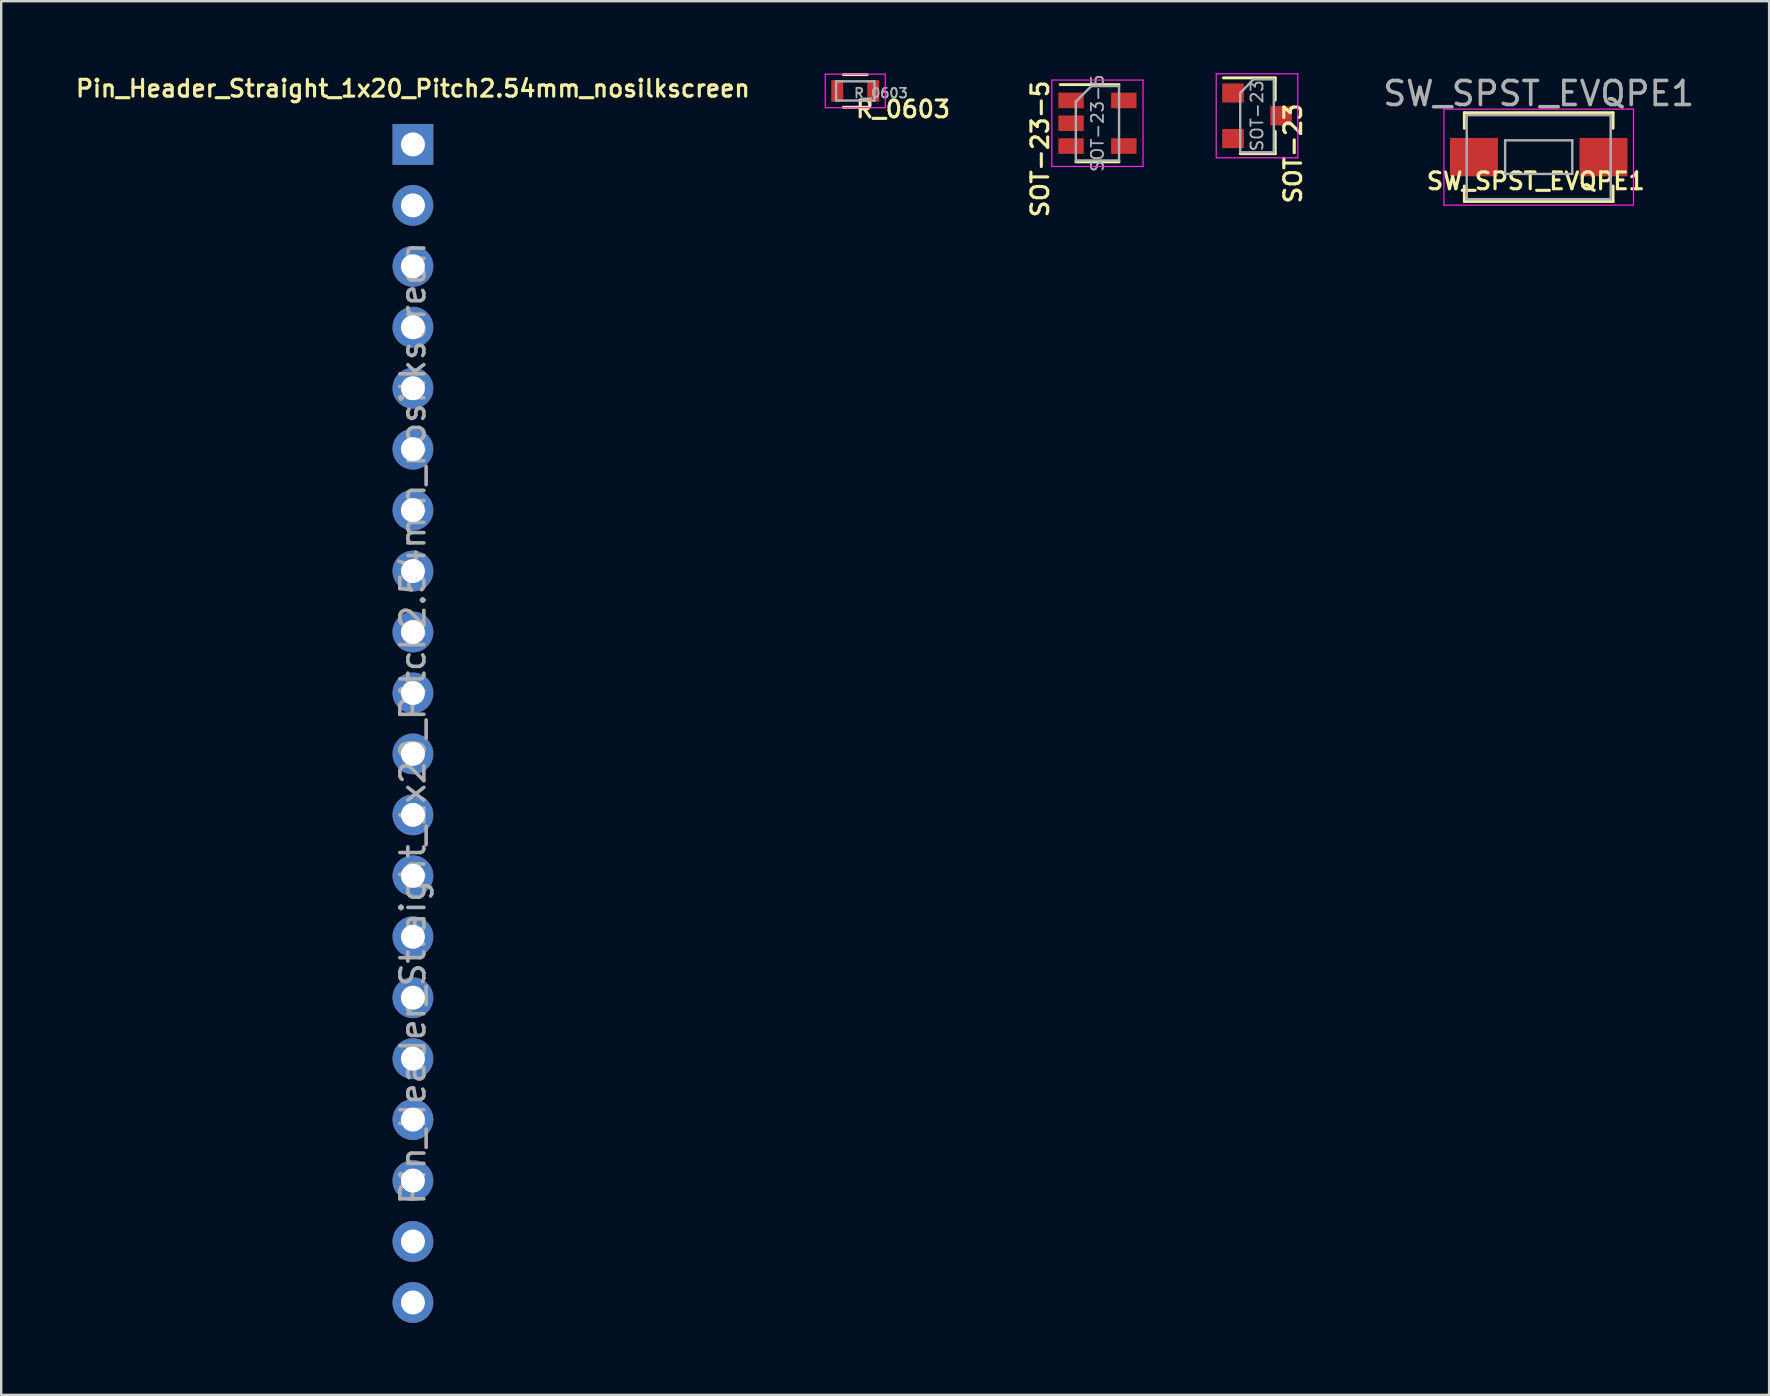
<source format=kicad_pcb>
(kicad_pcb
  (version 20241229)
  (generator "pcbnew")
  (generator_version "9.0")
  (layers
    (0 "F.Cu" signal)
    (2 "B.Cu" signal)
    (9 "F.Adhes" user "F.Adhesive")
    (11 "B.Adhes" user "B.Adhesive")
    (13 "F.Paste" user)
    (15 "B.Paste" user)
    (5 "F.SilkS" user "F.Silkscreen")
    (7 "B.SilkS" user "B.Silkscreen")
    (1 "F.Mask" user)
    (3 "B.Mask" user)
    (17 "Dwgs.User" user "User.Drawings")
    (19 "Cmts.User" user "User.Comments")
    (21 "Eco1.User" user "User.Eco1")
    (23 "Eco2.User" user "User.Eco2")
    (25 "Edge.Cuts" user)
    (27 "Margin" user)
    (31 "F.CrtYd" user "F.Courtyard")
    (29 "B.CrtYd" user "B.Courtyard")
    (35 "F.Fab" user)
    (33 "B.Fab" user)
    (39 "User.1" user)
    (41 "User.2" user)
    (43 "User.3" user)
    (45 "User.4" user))
  (footprint "SOT-23"
    (layer "F.Cu")
    (at 49.334 1.775)
    (property "Reference" "SOT-23" (at 1.5 1.57 90) (layer "F.SilkS") (effects (font (size 0.7 0.7) (thickness 0.13))))
    (attr smd)
    (fp_line (start 0.76 -1.58) (end -1.4 -1.58) (stroke (width 0.12) (type solid)) (layer "F.SilkS"))
    (fp_line (start 0.76 -1.58) (end 0.76 -0.65) (stroke (width 0.12) (type solid)) (layer "F.SilkS"))
    (fp_line (start 0.76 1.58) (end -0.7 1.58) (stroke (width 0.12) (type solid)) (layer "F.SilkS"))
    (fp_line (start 0.76 1.58) (end 0.76 0.65) (stroke (width 0.12) (type solid)) (layer "F.SilkS"))
    (fp_line (start -1.7 -1.75) (end 1.7 -1.75) (stroke (width 0.05) (type solid)) (layer "F.CrtYd"))
    (fp_line (start -1.7 1.75) (end -1.7 -1.75) (stroke (width 0.05) (type solid)) (layer "F.CrtYd"))
    (fp_line (start 1.7 -1.75) (end 1.7 1.75) (stroke (width 0.05) (type solid)) (layer "F.CrtYd"))
    (fp_line (start 1.7 1.75) (end -1.7 1.75) (stroke (width 0.05) (type solid)) (layer "F.CrtYd"))
    (fp_line (start -0.7 -0.95) (end -0.7 1.5) (stroke (width 0.1) (type solid)) (layer "F.Fab"))
    (fp_line (start -0.7 -0.95) (end -0.15 -1.52) (stroke (width 0.1) (type solid)) (layer "F.Fab"))
    (fp_line (start -0.7 1.52) (end 0.7 1.52) (stroke (width 0.1) (type solid)) (layer "F.Fab"))
    (fp_line (start -0.15 -1.52) (end 0.7 -1.52) (stroke (width 0.1) (type solid)) (layer "F.Fab"))
    (fp_line (start 0.7 -1.52) (end 0.7 1.52) (stroke (width 0.1) (type solid)) (layer "F.Fab"))
    (fp_text user "${REFERENCE}" (at 0 0 90) (layer "F.Fab") (effects (font (size 0.5 0.5) (thickness 0.075))))
    (pad "1" smd rect (at -1 -0.95) (size 0.9 0.8) (layers "F.Cu" "F.Mask" "F.Paste"))
    (pad "2" smd rect (at -1 0.95) (size 0.9 0.8) (layers "F.Cu" "F.Mask" "F.Paste"))
    (pad "3" smd rect (at 1 0) (size 0.9 0.8) (layers "F.Cu" "F.Mask" "F.Paste")))
  (footprint "SW_SPST_EVQPE1"
    (layer "F.Cu")
    (at 61.073 3.498)
    (property "Reference" "SW_SPST_EVQPE1" (at -0.12 1 180) (layer "F.SilkS") (effects (font (size 0.7 0.7) (thickness 0.13))))
    (attr smd)
    (fp_line (start -3.1 -1.85) (end -3.1 -1.2) (stroke (width 0.12) (type solid)) (layer "F.SilkS"))
    (fp_line (start -3.1 1.2) (end -3.1 1.85) (stroke (width 0.12) (type solid)) (layer "F.SilkS"))
    (fp_line (start -3.1 1.85) (end 3.1 1.85) (stroke (width 0.12) (type solid)) (layer "F.SilkS"))
    (fp_line (start 3.1 -1.85) (end -3.1 -1.85) (stroke (width 0.12) (type solid)) (layer "F.SilkS"))
    (fp_line (start 3.1 -1.85) (end 3.1 -1.2) (stroke (width 0.12) (type solid)) (layer "F.SilkS"))
    (fp_line (start 3.1 1.85) (end 3.1 1.2) (stroke (width 0.12) (type solid)) (layer "F.SilkS"))
    (fp_line (start -3.95 -2) (end 3.95 -2) (stroke (width 0.05) (type solid)) (layer "F.CrtYd"))
    (fp_line (start -3.95 2) (end -3.95 -2) (stroke (width 0.05) (type solid)) (layer "F.CrtYd"))
    (fp_line (start 3.95 -2) (end 3.95 2) (stroke (width 0.05) (type solid)) (layer "F.CrtYd"))
    (fp_line (start 3.95 2) (end -3.95 2) (stroke (width 0.05) (type solid)) (layer "F.CrtYd"))
    (fp_line (start -3 -1.75) (end 3 -1.75) (stroke (width 0.1) (type solid)) (layer "F.Fab"))
    (fp_line (start -3 1.75) (end -3 -1.75) (stroke (width 0.1) (type solid)) (layer "F.Fab"))
    (fp_line (start -1.4 -0.7) (end 1.4 -0.7) (stroke (width 0.1) (type solid)) (layer "F.Fab"))
    (fp_line (start -1.4 0.7) (end -1.4 -0.7) (stroke (width 0.1) (type solid)) (layer "F.Fab"))
    (fp_line (start 1.4 -0.7) (end 1.4 0.7) (stroke (width 0.1) (type solid)) (layer "F.Fab"))
    (fp_line (start 1.4 0.7) (end -1.4 0.7) (stroke (width 0.1) (type solid)) (layer "F.Fab"))
    (fp_line (start 3 -1.75) (end 3 1.75) (stroke (width 0.1) (type solid)) (layer "F.Fab"))
    (fp_line (start 3 1.75) (end -3 1.75) (stroke (width 0.1) (type solid)) (layer "F.Fab"))
    (fp_text user "${REFERENCE}" (at 0 -2.65 0) (layer "F.Fab") (effects (font (size 1 1) (thickness 0.15))))
    (pad "1" smd rect (at -2.7 0) (size 2 1.6) (layers "F.Cu" "F.Mask" "F.Paste"))
    (pad "2" smd rect (at 2.7 0) (size 2 1.6) (layers "F.Cu" "F.Mask" "F.Paste")))
  (footprint "R_0603"
    (layer "F.Cu")
    (at 32.592 0.74)
    (property "Reference" "R_0603" (at 1.99 0.76 0) (layer "F.SilkS") (effects (font (size 0.7 0.7) (thickness 0.13))))
    (attr smd)
    (fp_line (start -0.5 -0.68) (end 0.5 -0.68) (stroke (width 0.12) (type solid)) (layer "F.SilkS"))
    (fp_line (start 0.5 0.68) (end -0.5 0.68) (stroke (width 0.12) (type solid)) (layer "F.SilkS"))
    (fp_line (start -1.25 -0.7) (end -1.25 0.7) (stroke (width 0.05) (type solid)) (layer "F.CrtYd"))
    (fp_line (start -1.25 -0.7) (end 1.25 -0.7) (stroke (width 0.05) (type solid)) (layer "F.CrtYd"))
    (fp_line (start 1.25 0.7) (end -1.25 0.7) (stroke (width 0.05) (type solid)) (layer "F.CrtYd"))
    (fp_line (start 1.25 0.7) (end 1.25 -0.7) (stroke (width 0.05) (type solid)) (layer "F.CrtYd"))
    (fp_line (start -0.8 -0.4) (end 0.8 -0.4) (stroke (width 0.1) (type solid)) (layer "F.Fab"))
    (fp_line (start -0.8 0.4) (end -0.8 -0.4) (stroke (width 0.1) (type solid)) (layer "F.Fab"))
    (fp_line (start 0.8 -0.4) (end 0.8 0.4) (stroke (width 0.1) (type solid)) (layer "F.Fab"))
    (fp_line (start 0.8 0.4) (end -0.8 0.4) (stroke (width 0.1) (type solid)) (layer "F.Fab"))
    (fp_text user "${REFERENCE}" (at 1.07 0.09 0) (layer "F.Fab") (effects (font (size 0.4 0.4) (thickness 0.075))))
    (pad "1" smd rect (at -0.75 0) (size 0.5 0.9) (layers "F.Cu" "F.Mask" "F.Paste"))
    (pad "2" smd rect (at 0.75 0) (size 0.5 0.9) (layers "F.Cu" "F.Mask" "F.Paste")))
  (footprint "Pin_Header_Straight_1x20_Pitch2.54mm_nosilkscreen"
    (layer "F.Cu")
    (at 14.158 2.968)
    (property "Reference" "Pin_Header_Straight_1x20_Pitch2.54mm_nosilkscreen" (at 0 -2.33 0) (layer "F.SilkS") (effects (font (size 0.7 0.7) (thickness 0.13))))
    (attr through_hole)
    (fp_text user "${REFERENCE}" (at 0 24.13 90) (layer "F.Fab") (effects (font (size 1 1) (thickness 0.15))))
    (pad "1" thru_hole rect (at 0 0) (size 1.7 1.7) (drill 1) (layers "*.Cu" "*.Mask"))
    (pad "2" thru_hole oval (at 0 2.54) (size 1.7 1.7) (drill 1) (layers "*.Cu" "*.Mask"))
    (pad "3" thru_hole oval (at 0 5.08) (size 1.7 1.7) (drill 1) (layers "*.Cu" "*.Mask"))
    (pad "4" thru_hole oval (at 0 7.62) (size 1.7 1.7) (drill 1) (layers "*.Cu" "*.Mask"))
    (pad "5" thru_hole oval (at 0 10.16) (size 1.7 1.7) (drill 1) (layers "*.Cu" "*.Mask"))
    (pad "6" thru_hole oval (at 0 12.7) (size 1.7 1.7) (drill 1) (layers "*.Cu" "*.Mask"))
    (pad "7" thru_hole oval (at 0 15.24) (size 1.7 1.7) (drill 1) (layers "*.Cu" "*.Mask"))
    (pad "8" thru_hole oval (at 0 17.78) (size 1.7 1.7) (drill 1) (layers "*.Cu" "*.Mask"))
    (pad "9" thru_hole oval (at 0 20.32) (size 1.7 1.7) (drill 1) (layers "*.Cu" "*.Mask"))
    (pad "10" thru_hole oval (at 0 22.86) (size 1.7 1.7) (drill 1) (layers "*.Cu" "*.Mask"))
    (pad "11" thru_hole oval (at 0 25.4) (size 1.7 1.7) (drill 1) (layers "*.Cu" "*.Mask"))
    (pad "12" thru_hole oval (at 0 27.94) (size 1.7 1.7) (drill 1) (layers "*.Cu" "*.Mask"))
    (pad "13" thru_hole oval (at 0 30.48) (size 1.7 1.7) (drill 1) (layers "*.Cu" "*.Mask"))
    (pad "14" thru_hole oval (at 0 33.02) (size 1.7 1.7) (drill 1) (layers "*.Cu" "*.Mask"))
    (pad "15" thru_hole oval (at 0 35.56) (size 1.7 1.7) (drill 1) (layers "*.Cu" "*.Mask"))
    (pad "16" thru_hole oval (at 0 38.1) (size 1.7 1.7) (drill 1) (layers "*.Cu" "*.Mask"))
    (pad "17" thru_hole oval (at 0 40.64) (size 1.7 1.7) (drill 1) (layers "*.Cu" "*.Mask"))
    (pad "18" thru_hole oval (at 0 43.18) (size 1.7 1.7) (drill 1) (layers "*.Cu" "*.Mask"))
    (pad "19" thru_hole oval (at 0 45.72) (size 1.7 1.7) (drill 1) (layers "*.Cu" "*.Mask"))
    (pad "20" thru_hole oval (at 0 48.26) (size 1.7 1.7) (drill 1) (layers "*.Cu" "*.Mask")))
  (footprint "SOT-23-5"
    (layer "F.Cu")
    (at 42.684 2.086)
    (property "Reference" "SOT-23-5" (at -2.39 1.07 90) (layer "F.SilkS") (effects (font (size 0.7 0.7) (thickness 0.13))))
    (attr smd)
    (fp_line (start -0.9 1.61) (end 0.9 1.61) (stroke (width 0.12) (type solid)) (layer "F.SilkS"))
    (fp_line (start 0.9 -1.61) (end -1.55 -1.61) (stroke (width 0.12) (type solid)) (layer "F.SilkS"))
    (fp_line (start -1.9 -1.8) (end 1.9 -1.8) (stroke (width 0.05) (type solid)) (layer "F.CrtYd"))
    (fp_line (start -1.9 1.8) (end -1.9 -1.8) (stroke (width 0.05) (type solid)) (layer "F.CrtYd"))
    (fp_line (start 1.9 -1.8) (end 1.9 1.8) (stroke (width 0.05) (type solid)) (layer "F.CrtYd"))
    (fp_line (start 1.9 1.8) (end -1.9 1.8) (stroke (width 0.05) (type solid)) (layer "F.CrtYd"))
    (fp_line (start -0.9 -0.9) (end -0.9 1.55) (stroke (width 0.1) (type solid)) (layer "F.Fab"))
    (fp_line (start -0.9 -0.9) (end -0.25 -1.55) (stroke (width 0.1) (type solid)) (layer "F.Fab"))
    (fp_line (start 0.9 -1.55) (end -0.25 -1.55) (stroke (width 0.1) (type solid)) (layer "F.Fab"))
    (fp_line (start 0.9 -1.55) (end 0.9 1.55) (stroke (width 0.1) (type solid)) (layer "F.Fab"))
    (fp_line (start 0.9 1.55) (end -0.9 1.55) (stroke (width 0.1) (type solid)) (layer "F.Fab"))
    (fp_text user "${REFERENCE}" (at 0 0 90) (layer "F.Fab") (effects (font (size 0.5 0.5) (thickness 0.075))))
    (pad "1" smd rect (at -1.1 -0.95) (size 1.06 0.65) (layers "F.Cu" "F.Mask" "F.Paste"))
    (pad "2" smd rect (at -1.1 0) (size 1.06 0.65) (layers "F.Cu" "F.Mask" "F.Paste"))
    (pad "3" smd rect (at -1.1 0.95) (size 1.06 0.65) (layers "F.Cu" "F.Mask" "F.Paste"))
    (pad "4" smd rect (at 1.1 0.95) (size 1.06 0.65) (layers "F.Cu" "F.Mask" "F.Paste"))
    (pad "5" smd rect (at 1.1 -0.95) (size 1.06 0.65) (layers "F.Cu" "F.Mask" "F.Paste")))
  (gr_rect
    (start -3 -3)
    (end 70.674 55.078)
    (stroke (width 0.1) (type default))
    (fill no)
    (layer "Edge.Cuts")))
</source>
